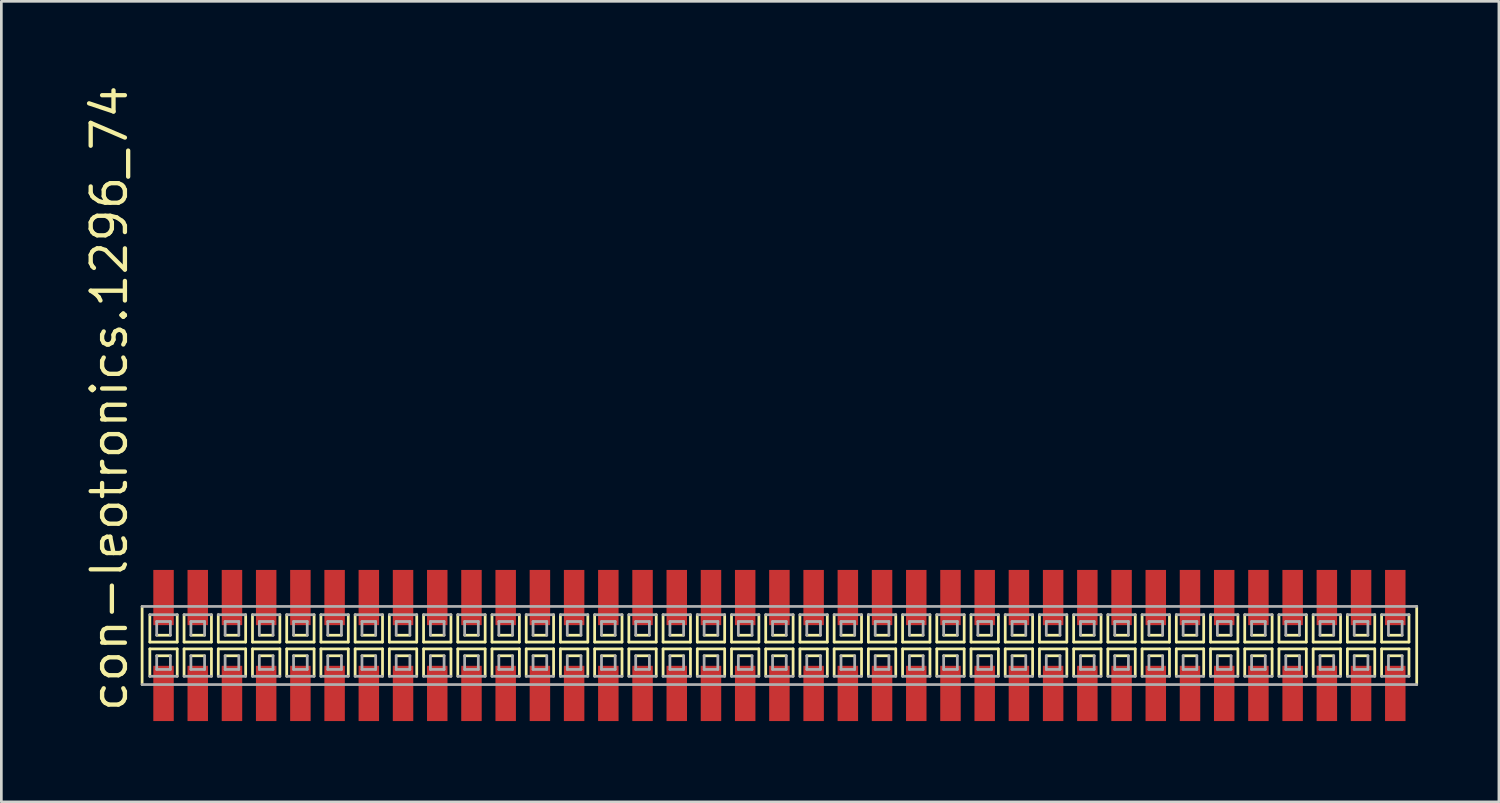
<source format=kicad_pcb>
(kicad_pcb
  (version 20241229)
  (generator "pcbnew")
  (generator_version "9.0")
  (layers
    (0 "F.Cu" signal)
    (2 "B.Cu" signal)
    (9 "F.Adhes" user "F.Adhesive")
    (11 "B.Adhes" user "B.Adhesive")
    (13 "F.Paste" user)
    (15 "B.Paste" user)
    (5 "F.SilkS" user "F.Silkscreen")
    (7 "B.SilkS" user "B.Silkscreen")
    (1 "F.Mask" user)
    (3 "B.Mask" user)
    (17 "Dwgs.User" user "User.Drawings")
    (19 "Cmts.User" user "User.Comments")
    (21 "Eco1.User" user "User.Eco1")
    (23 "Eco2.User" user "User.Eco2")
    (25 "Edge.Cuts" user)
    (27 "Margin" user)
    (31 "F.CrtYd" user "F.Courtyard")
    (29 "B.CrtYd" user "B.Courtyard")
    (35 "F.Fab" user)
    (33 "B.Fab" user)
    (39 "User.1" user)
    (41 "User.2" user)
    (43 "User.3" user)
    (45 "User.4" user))
  (footprint "con-leotronics.1296_74"
    (layer "F.Cu")
    (at 25.88 20.909)
    (property "Reference" "con-leotronics.1296_74" (at -24.13 2.54 90) (layer "F.SilkS") (effects (font (size 1.27 1.27) (thickness 0.16)) (justify left bottom)))
    (attr smd)
    (fp_line (start -23.655 -1.45) (end -23.655 1.45) (stroke (width 0.102) (type default)) (layer "F.SilkS"))
    (fp_line (start -23.368 -1.143) (end -23.368 -0.127) (stroke (width 0.102) (type default)) (layer "F.SilkS"))
    (fp_line (start -23.368 -0.127) (end -22.352 -0.127) (stroke (width 0.102) (type default)) (layer "F.SilkS"))
    (fp_line (start -23.368 0.127) (end -23.368 1.143) (stroke (width 0.102) (type default)) (layer "F.SilkS"))
    (fp_line (start -23.114 -0.381) (end -22.606 -0.381) (stroke (width 0.102) (type default)) (layer "F.SilkS"))
    (fp_line (start -22.606 0.381) (end -23.114 0.381) (stroke (width 0.102) (type default)) (layer "F.SilkS"))
    (fp_line (start -22.352 -0.127) (end -22.352 -1.143) (stroke (width 0.102) (type default)) (layer "F.SilkS"))
    (fp_line (start -22.352 0.127) (end -23.368 0.127) (stroke (width 0.102) (type default)) (layer "F.SilkS"))
    (fp_line (start -22.352 1.143) (end -22.352 0.127) (stroke (width 0.102) (type default)) (layer "F.SilkS"))
    (fp_line (start -22.098 -1.143) (end -22.098 -0.127) (stroke (width 0.102) (type default)) (layer "F.SilkS"))
    (fp_line (start -22.098 -0.127) (end -21.082 -0.127) (stroke (width 0.102) (type default)) (layer "F.SilkS"))
    (fp_line (start -22.098 0.127) (end -22.098 1.143) (stroke (width 0.102) (type default)) (layer "F.SilkS"))
    (fp_line (start -21.844 -0.381) (end -21.336 -0.381) (stroke (width 0.102) (type default)) (layer "F.SilkS"))
    (fp_line (start -21.336 0.381) (end -21.844 0.381) (stroke (width 0.102) (type default)) (layer "F.SilkS"))
    (fp_line (start -21.082 -0.127) (end -21.082 -1.143) (stroke (width 0.102) (type default)) (layer "F.SilkS"))
    (fp_line (start -21.082 0.127) (end -22.098 0.127) (stroke (width 0.102) (type default)) (layer "F.SilkS"))
    (fp_line (start -21.082 1.143) (end -21.082 0.127) (stroke (width 0.102) (type default)) (layer "F.SilkS"))
    (fp_line (start -20.828 -1.143) (end -20.828 -0.127) (stroke (width 0.102) (type default)) (layer "F.SilkS"))
    (fp_line (start -20.828 -0.127) (end -19.812 -0.127) (stroke (width 0.102) (type default)) (layer "F.SilkS"))
    (fp_line (start -20.828 0.127) (end -20.828 1.143) (stroke (width 0.102) (type default)) (layer "F.SilkS"))
    (fp_line (start -20.574 -0.381) (end -20.066 -0.381) (stroke (width 0.102) (type default)) (layer "F.SilkS"))
    (fp_line (start -20.066 0.381) (end -20.574 0.381) (stroke (width 0.102) (type default)) (layer "F.SilkS"))
    (fp_line (start -19.812 -0.127) (end -19.812 -1.143) (stroke (width 0.102) (type default)) (layer "F.SilkS"))
    (fp_line (start -19.812 0.127) (end -20.828 0.127) (stroke (width 0.102) (type default)) (layer "F.SilkS"))
    (fp_line (start -19.812 1.143) (end -19.812 0.127) (stroke (width 0.102) (type default)) (layer "F.SilkS"))
    (fp_line (start -19.558 -1.143) (end -19.558 -0.127) (stroke (width 0.102) (type default)) (layer "F.SilkS"))
    (fp_line (start -19.558 -0.127) (end -18.542 -0.127) (stroke (width 0.102) (type default)) (layer "F.SilkS"))
    (fp_line (start -19.558 0.127) (end -19.558 1.143) (stroke (width 0.102) (type default)) (layer "F.SilkS"))
    (fp_line (start -19.304 -0.381) (end -18.796 -0.381) (stroke (width 0.102) (type default)) (layer "F.SilkS"))
    (fp_line (start -18.796 0.381) (end -19.304 0.381) (stroke (width 0.102) (type default)) (layer "F.SilkS"))
    (fp_line (start -18.542 -0.127) (end -18.542 -1.143) (stroke (width 0.102) (type default)) (layer "F.SilkS"))
    (fp_line (start -18.542 0.127) (end -19.558 0.127) (stroke (width 0.102) (type default)) (layer "F.SilkS"))
    (fp_line (start -18.542 1.143) (end -18.542 0.127) (stroke (width 0.102) (type default)) (layer "F.SilkS"))
    (fp_line (start -18.288 -1.143) (end -18.288 -0.127) (stroke (width 0.102) (type default)) (layer "F.SilkS"))
    (fp_line (start -18.288 -0.127) (end -17.272 -0.127) (stroke (width 0.102) (type default)) (layer "F.SilkS"))
    (fp_line (start -18.288 0.127) (end -18.288 1.143) (stroke (width 0.102) (type default)) (layer "F.SilkS"))
    (fp_line (start -18.034 -0.381) (end -17.526 -0.381) (stroke (width 0.102) (type default)) (layer "F.SilkS"))
    (fp_line (start -17.526 0.381) (end -18.034 0.381) (stroke (width 0.102) (type default)) (layer "F.SilkS"))
    (fp_line (start -17.272 -0.127) (end -17.272 -1.143) (stroke (width 0.102) (type default)) (layer "F.SilkS"))
    (fp_line (start -17.272 0.127) (end -18.288 0.127) (stroke (width 0.102) (type default)) (layer "F.SilkS"))
    (fp_line (start -17.272 1.143) (end -17.272 0.127) (stroke (width 0.102) (type default)) (layer "F.SilkS"))
    (fp_line (start -17.018 -1.143) (end -17.018 -0.127) (stroke (width 0.102) (type default)) (layer "F.SilkS"))
    (fp_line (start -17.018 -0.127) (end -16.002 -0.127) (stroke (width 0.102) (type default)) (layer "F.SilkS"))
    (fp_line (start -17.018 0.127) (end -17.018 1.143) (stroke (width 0.102) (type default)) (layer "F.SilkS"))
    (fp_line (start -16.764 -0.381) (end -16.256 -0.381) (stroke (width 0.102) (type default)) (layer "F.SilkS"))
    (fp_line (start -16.256 0.381) (end -16.764 0.381) (stroke (width 0.102) (type default)) (layer "F.SilkS"))
    (fp_line (start -16.002 -0.127) (end -16.002 -1.143) (stroke (width 0.102) (type default)) (layer "F.SilkS"))
    (fp_line (start -16.002 0.127) (end -17.018 0.127) (stroke (width 0.102) (type default)) (layer "F.SilkS"))
    (fp_line (start -16.002 1.143) (end -16.002 0.127) (stroke (width 0.102) (type default)) (layer "F.SilkS"))
    (fp_line (start -15.748 -1.143) (end -15.748 -0.127) (stroke (width 0.102) (type default)) (layer "F.SilkS"))
    (fp_line (start -15.748 -0.127) (end -14.732 -0.127) (stroke (width 0.102) (type default)) (layer "F.SilkS"))
    (fp_line (start -15.748 0.127) (end -15.748 1.143) (stroke (width 0.102) (type default)) (layer "F.SilkS"))
    (fp_line (start -15.494 -0.381) (end -14.986 -0.381) (stroke (width 0.102) (type default)) (layer "F.SilkS"))
    (fp_line (start -14.986 0.381) (end -15.494 0.381) (stroke (width 0.102) (type default)) (layer "F.SilkS"))
    (fp_line (start -14.732 -0.127) (end -14.732 -1.143) (stroke (width 0.102) (type default)) (layer "F.SilkS"))
    (fp_line (start -14.732 0.127) (end -15.748 0.127) (stroke (width 0.102) (type default)) (layer "F.SilkS"))
    (fp_line (start -14.732 1.143) (end -14.732 0.127) (stroke (width 0.102) (type default)) (layer "F.SilkS"))
    (fp_line (start -14.478 -1.143) (end -14.478 -0.127) (stroke (width 0.102) (type default)) (layer "F.SilkS"))
    (fp_line (start -14.478 -0.127) (end -13.462 -0.127) (stroke (width 0.102) (type default)) (layer "F.SilkS"))
    (fp_line (start -14.478 0.127) (end -14.478 1.143) (stroke (width 0.102) (type default)) (layer "F.SilkS"))
    (fp_line (start -14.224 -0.381) (end -13.716 -0.381) (stroke (width 0.102) (type default)) (layer "F.SilkS"))
    (fp_line (start -13.716 0.381) (end -14.224 0.381) (stroke (width 0.102) (type default)) (layer "F.SilkS"))
    (fp_line (start -13.462 -0.127) (end -13.462 -1.143) (stroke (width 0.102) (type default)) (layer "F.SilkS"))
    (fp_line (start -13.462 0.127) (end -14.478 0.127) (stroke (width 0.102) (type default)) (layer "F.SilkS"))
    (fp_line (start -13.462 1.143) (end -13.462 0.127) (stroke (width 0.102) (type default)) (layer "F.SilkS"))
    (fp_line (start -13.208 -1.143) (end -13.208 -0.127) (stroke (width 0.102) (type default)) (layer "F.SilkS"))
    (fp_line (start -13.208 -0.127) (end -12.192 -0.127) (stroke (width 0.102) (type default)) (layer "F.SilkS"))
    (fp_line (start -13.208 0.127) (end -13.208 1.143) (stroke (width 0.102) (type default)) (layer "F.SilkS"))
    (fp_line (start -12.954 -0.381) (end -12.446 -0.381) (stroke (width 0.102) (type default)) (layer "F.SilkS"))
    (fp_line (start -12.446 0.381) (end -12.954 0.381) (stroke (width 0.102) (type default)) (layer "F.SilkS"))
    (fp_line (start -12.192 -0.127) (end -12.192 -1.143) (stroke (width 0.102) (type default)) (layer "F.SilkS"))
    (fp_line (start -12.192 0.127) (end -13.208 0.127) (stroke (width 0.102) (type default)) (layer "F.SilkS"))
    (fp_line (start -12.192 1.143) (end -12.192 0.127) (stroke (width 0.102) (type default)) (layer "F.SilkS"))
    (fp_line (start -11.938 -1.143) (end -11.938 -0.127) (stroke (width 0.102) (type default)) (layer "F.SilkS"))
    (fp_line (start -11.938 -0.127) (end -10.922 -0.127) (stroke (width 0.102) (type default)) (layer "F.SilkS"))
    (fp_line (start -11.938 0.127) (end -11.938 1.143) (stroke (width 0.102) (type default)) (layer "F.SilkS"))
    (fp_line (start -11.684 -0.381) (end -11.176 -0.381) (stroke (width 0.102) (type default)) (layer "F.SilkS"))
    (fp_line (start -11.176 0.381) (end -11.684 0.381) (stroke (width 0.102) (type default)) (layer "F.SilkS"))
    (fp_line (start -10.922 -0.127) (end -10.922 -1.143) (stroke (width 0.102) (type default)) (layer "F.SilkS"))
    (fp_line (start -10.922 0.127) (end -11.938 0.127) (stroke (width 0.102) (type default)) (layer "F.SilkS"))
    (fp_line (start -10.922 1.143) (end -10.922 0.127) (stroke (width 0.102) (type default)) (layer "F.SilkS"))
    (fp_line (start -10.668 -1.143) (end -10.668 -0.127) (stroke (width 0.102) (type default)) (layer "F.SilkS"))
    (fp_line (start -10.668 -0.127) (end -9.652 -0.127) (stroke (width 0.102) (type default)) (layer "F.SilkS"))
    (fp_line (start -10.668 0.127) (end -10.668 1.143) (stroke (width 0.102) (type default)) (layer "F.SilkS"))
    (fp_line (start -10.414 -0.381) (end -9.906 -0.381) (stroke (width 0.102) (type default)) (layer "F.SilkS"))
    (fp_line (start -9.906 0.381) (end -10.414 0.381) (stroke (width 0.102) (type default)) (layer "F.SilkS"))
    (fp_line (start -9.652 -0.127) (end -9.652 -1.143) (stroke (width 0.102) (type default)) (layer "F.SilkS"))
    (fp_line (start -9.652 0.127) (end -10.668 0.127) (stroke (width 0.102) (type default)) (layer "F.SilkS"))
    (fp_line (start -9.652 1.143) (end -9.652 0.127) (stroke (width 0.102) (type default)) (layer "F.SilkS"))
    (fp_line (start -9.398 -1.143) (end -9.398 -0.127) (stroke (width 0.102) (type default)) (layer "F.SilkS"))
    (fp_line (start -9.398 -0.127) (end -8.382 -0.127) (stroke (width 0.102) (type default)) (layer "F.SilkS"))
    (fp_line (start -9.398 0.127) (end -9.398 1.143) (stroke (width 0.102) (type default)) (layer "F.SilkS"))
    (fp_line (start -9.144 -0.381) (end -8.636 -0.381) (stroke (width 0.102) (type default)) (layer "F.SilkS"))
    (fp_line (start -8.636 0.381) (end -9.144 0.381) (stroke (width 0.102) (type default)) (layer "F.SilkS"))
    (fp_line (start -8.382 -0.127) (end -8.382 -1.143) (stroke (width 0.102) (type default)) (layer "F.SilkS"))
    (fp_line (start -8.382 0.127) (end -9.398 0.127) (stroke (width 0.102) (type default)) (layer "F.SilkS"))
    (fp_line (start -8.382 1.143) (end -8.382 0.127) (stroke (width 0.102) (type default)) (layer "F.SilkS"))
    (fp_line (start -8.128 -1.143) (end -8.128 -0.127) (stroke (width 0.102) (type default)) (layer "F.SilkS"))
    (fp_line (start -8.128 -0.127) (end -7.112 -0.127) (stroke (width 0.102) (type default)) (layer "F.SilkS"))
    (fp_line (start -8.128 0.127) (end -8.128 1.143) (stroke (width 0.102) (type default)) (layer "F.SilkS"))
    (fp_line (start -7.874 -0.381) (end -7.366 -0.381) (stroke (width 0.102) (type default)) (layer "F.SilkS"))
    (fp_line (start -7.366 0.381) (end -7.874 0.381) (stroke (width 0.102) (type default)) (layer "F.SilkS"))
    (fp_line (start -7.112 -0.127) (end -7.112 -1.143) (stroke (width 0.102) (type default)) (layer "F.SilkS"))
    (fp_line (start -7.112 0.127) (end -8.128 0.127) (stroke (width 0.102) (type default)) (layer "F.SilkS"))
    (fp_line (start -7.112 1.143) (end -7.112 0.127) (stroke (width 0.102) (type default)) (layer "F.SilkS"))
    (fp_line (start -6.858 -1.143) (end -6.858 -0.127) (stroke (width 0.102) (type default)) (layer "F.SilkS"))
    (fp_line (start -6.858 -0.127) (end -5.842 -0.127) (stroke (width 0.102) (type default)) (layer "F.SilkS"))
    (fp_line (start -6.858 0.127) (end -6.858 1.143) (stroke (width 0.102) (type default)) (layer "F.SilkS"))
    (fp_line (start -6.604 -0.381) (end -6.096 -0.381) (stroke (width 0.102) (type default)) (layer "F.SilkS"))
    (fp_line (start -6.096 0.381) (end -6.604 0.381) (stroke (width 0.102) (type default)) (layer "F.SilkS"))
    (fp_line (start -5.842 -0.127) (end -5.842 -1.143) (stroke (width 0.102) (type default)) (layer "F.SilkS"))
    (fp_line (start -5.842 0.127) (end -6.858 0.127) (stroke (width 0.102) (type default)) (layer "F.SilkS"))
    (fp_line (start -5.842 1.143) (end -5.842 0.127) (stroke (width 0.102) (type default)) (layer "F.SilkS"))
    (fp_line (start -5.588 -1.143) (end -5.588 -0.127) (stroke (width 0.102) (type default)) (layer "F.SilkS"))
    (fp_line (start -5.588 -0.127) (end -4.572 -0.127) (stroke (width 0.102) (type default)) (layer "F.SilkS"))
    (fp_line (start -5.588 0.127) (end -5.588 1.143) (stroke (width 0.102) (type default)) (layer "F.SilkS"))
    (fp_line (start -5.334 -0.381) (end -4.826 -0.381) (stroke (width 0.102) (type default)) (layer "F.SilkS"))
    (fp_line (start -4.826 0.381) (end -5.334 0.381) (stroke (width 0.102) (type default)) (layer "F.SilkS"))
    (fp_line (start -4.572 -0.127) (end -4.572 -1.143) (stroke (width 0.102) (type default)) (layer "F.SilkS"))
    (fp_line (start -4.572 0.127) (end -5.588 0.127) (stroke (width 0.102) (type default)) (layer "F.SilkS"))
    (fp_line (start -4.572 1.143) (end -4.572 0.127) (stroke (width 0.102) (type default)) (layer "F.SilkS"))
    (fp_line (start -4.318 -1.143) (end -4.318 -0.127) (stroke (width 0.102) (type default)) (layer "F.SilkS"))
    (fp_line (start -4.318 -0.127) (end -3.302 -0.127) (stroke (width 0.102) (type default)) (layer "F.SilkS"))
    (fp_line (start -4.318 0.127) (end -4.318 1.143) (stroke (width 0.102) (type default)) (layer "F.SilkS"))
    (fp_line (start -4.064 -0.381) (end -3.556 -0.381) (stroke (width 0.102) (type default)) (layer "F.SilkS"))
    (fp_line (start -3.556 0.381) (end -4.064 0.381) (stroke (width 0.102) (type default)) (layer "F.SilkS"))
    (fp_line (start -3.302 -0.127) (end -3.302 -1.143) (stroke (width 0.102) (type default)) (layer "F.SilkS"))
    (fp_line (start -3.302 0.127) (end -4.318 0.127) (stroke (width 0.102) (type default)) (layer "F.SilkS"))
    (fp_line (start -3.302 1.143) (end -3.302 0.127) (stroke (width 0.102) (type default)) (layer "F.SilkS"))
    (fp_line (start -3.048 -1.143) (end -3.048 -0.127) (stroke (width 0.102) (type default)) (layer "F.SilkS"))
    (fp_line (start -3.048 -0.127) (end -2.032 -0.127) (stroke (width 0.102) (type default)) (layer "F.SilkS"))
    (fp_line (start -3.048 0.127) (end -3.048 1.143) (stroke (width 0.102) (type default)) (layer "F.SilkS"))
    (fp_line (start -2.794 -0.381) (end -2.286 -0.381) (stroke (width 0.102) (type default)) (layer "F.SilkS"))
    (fp_line (start -2.286 0.381) (end -2.794 0.381) (stroke (width 0.102) (type default)) (layer "F.SilkS"))
    (fp_line (start -2.032 -0.127) (end -2.032 -1.143) (stroke (width 0.102) (type default)) (layer "F.SilkS"))
    (fp_line (start -2.032 0.127) (end -3.048 0.127) (stroke (width 0.102) (type default)) (layer "F.SilkS"))
    (fp_line (start -2.032 1.143) (end -2.032 0.127) (stroke (width 0.102) (type default)) (layer "F.SilkS"))
    (fp_line (start -1.778 -1.143) (end -1.778 -0.127) (stroke (width 0.102) (type default)) (layer "F.SilkS"))
    (fp_line (start -1.778 -0.127) (end -0.762 -0.127) (stroke (width 0.102) (type default)) (layer "F.SilkS"))
    (fp_line (start -1.778 0.127) (end -1.778 1.143) (stroke (width 0.102) (type default)) (layer "F.SilkS"))
    (fp_line (start -1.524 -0.381) (end -1.016 -0.381) (stroke (width 0.102) (type default)) (layer "F.SilkS"))
    (fp_line (start -1.016 0.381) (end -1.524 0.381) (stroke (width 0.102) (type default)) (layer "F.SilkS"))
    (fp_line (start -0.762 -0.127) (end -0.762 -1.143) (stroke (width 0.102) (type default)) (layer "F.SilkS"))
    (fp_line (start -0.762 0.127) (end -1.778 0.127) (stroke (width 0.102) (type default)) (layer "F.SilkS"))
    (fp_line (start -0.762 1.143) (end -0.762 0.127) (stroke (width 0.102) (type default)) (layer "F.SilkS"))
    (fp_line (start -0.508 -1.143) (end -0.508 -0.127) (stroke (width 0.102) (type default)) (layer "F.SilkS"))
    (fp_line (start -0.508 -0.127) (end 0.508 -0.127) (stroke (width 0.102) (type default)) (layer "F.SilkS"))
    (fp_line (start -0.508 0.127) (end -0.508 1.143) (stroke (width 0.102) (type default)) (layer "F.SilkS"))
    (fp_line (start -0.254 -0.381) (end 0.254 -0.381) (stroke (width 0.102) (type default)) (layer "F.SilkS"))
    (fp_line (start 0.254 0.381) (end -0.254 0.381) (stroke (width 0.102) (type default)) (layer "F.SilkS"))
    (fp_line (start 0.508 -0.127) (end 0.508 -1.143) (stroke (width 0.102) (type default)) (layer "F.SilkS"))
    (fp_line (start 0.508 0.127) (end -0.508 0.127) (stroke (width 0.102) (type default)) (layer "F.SilkS"))
    (fp_line (start 0.508 1.143) (end 0.508 0.127) (stroke (width 0.102) (type default)) (layer "F.SilkS"))
    (fp_line (start 0.762 -1.143) (end 0.762 -0.127) (stroke (width 0.102) (type default)) (layer "F.SilkS"))
    (fp_line (start 0.762 -0.127) (end 1.778 -0.127) (stroke (width 0.102) (type default)) (layer "F.SilkS"))
    (fp_line (start 0.762 0.127) (end 0.762 1.143) (stroke (width 0.102) (type default)) (layer "F.SilkS"))
    (fp_line (start 1.016 -0.381) (end 1.524 -0.381) (stroke (width 0.102) (type default)) (layer "F.SilkS"))
    (fp_line (start 1.524 0.381) (end 1.016 0.381) (stroke (width 0.102) (type default)) (layer "F.SilkS"))
    (fp_line (start 1.778 -0.127) (end 1.778 -1.143) (stroke (width 0.102) (type default)) (layer "F.SilkS"))
    (fp_line (start 1.778 0.127) (end 0.762 0.127) (stroke (width 0.102) (type default)) (layer "F.SilkS"))
    (fp_line (start 1.778 1.143) (end 1.778 0.127) (stroke (width 0.102) (type default)) (layer "F.SilkS"))
    (fp_line (start 2.032 -1.143) (end 2.032 -0.127) (stroke (width 0.102) (type default)) (layer "F.SilkS"))
    (fp_line (start 2.032 -0.127) (end 3.048 -0.127) (stroke (width 0.102) (type default)) (layer "F.SilkS"))
    (fp_line (start 2.032 0.127) (end 2.032 1.143) (stroke (width 0.102) (type default)) (layer "F.SilkS"))
    (fp_line (start 2.286 -0.381) (end 2.794 -0.381) (stroke (width 0.102) (type default)) (layer "F.SilkS"))
    (fp_line (start 2.794 0.381) (end 2.286 0.381) (stroke (width 0.102) (type default)) (layer "F.SilkS"))
    (fp_line (start 3.048 -0.127) (end 3.048 -1.143) (stroke (width 0.102) (type default)) (layer "F.SilkS"))
    (fp_line (start 3.048 0.127) (end 2.032 0.127) (stroke (width 0.102) (type default)) (layer "F.SilkS"))
    (fp_line (start 3.048 1.143) (end 3.048 0.127) (stroke (width 0.102) (type default)) (layer "F.SilkS"))
    (fp_line (start 3.302 -1.143) (end 3.302 -0.127) (stroke (width 0.102) (type default)) (layer "F.SilkS"))
    (fp_line (start 3.302 -0.127) (end 4.318 -0.127) (stroke (width 0.102) (type default)) (layer "F.SilkS"))
    (fp_line (start 3.302 0.127) (end 3.302 1.143) (stroke (width 0.102) (type default)) (layer "F.SilkS"))
    (fp_line (start 3.556 -0.381) (end 4.064 -0.381) (stroke (width 0.102) (type default)) (layer "F.SilkS"))
    (fp_line (start 4.064 0.381) (end 3.556 0.381) (stroke (width 0.102) (type default)) (layer "F.SilkS"))
    (fp_line (start 4.318 -0.127) (end 4.318 -1.143) (stroke (width 0.102) (type default)) (layer "F.SilkS"))
    (fp_line (start 4.318 0.127) (end 3.302 0.127) (stroke (width 0.102) (type default)) (layer "F.SilkS"))
    (fp_line (start 4.318 1.143) (end 4.318 0.127) (stroke (width 0.102) (type default)) (layer "F.SilkS"))
    (fp_line (start 4.572 -1.143) (end 4.572 -0.127) (stroke (width 0.102) (type default)) (layer "F.SilkS"))
    (fp_line (start 4.572 -0.127) (end 5.588 -0.127) (stroke (width 0.102) (type default)) (layer "F.SilkS"))
    (fp_line (start 4.572 0.127) (end 4.572 1.143) (stroke (width 0.102) (type default)) (layer "F.SilkS"))
    (fp_line (start 4.826 -0.381) (end 5.334 -0.381) (stroke (width 0.102) (type default)) (layer "F.SilkS"))
    (fp_line (start 5.334 0.381) (end 4.826 0.381) (stroke (width 0.102) (type default)) (layer "F.SilkS"))
    (fp_line (start 5.588 -0.127) (end 5.588 -1.143) (stroke (width 0.102) (type default)) (layer "F.SilkS"))
    (fp_line (start 5.588 0.127) (end 4.572 0.127) (stroke (width 0.102) (type default)) (layer "F.SilkS"))
    (fp_line (start 5.588 1.143) (end 5.588 0.127) (stroke (width 0.102) (type default)) (layer "F.SilkS"))
    (fp_line (start 5.842 -1.143) (end 5.842 -0.127) (stroke (width 0.102) (type default)) (layer "F.SilkS"))
    (fp_line (start 5.842 -0.127) (end 6.858 -0.127) (stroke (width 0.102) (type default)) (layer "F.SilkS"))
    (fp_line (start 5.842 0.127) (end 5.842 1.143) (stroke (width 0.102) (type default)) (layer "F.SilkS"))
    (fp_line (start 6.096 -0.381) (end 6.604 -0.381) (stroke (width 0.102) (type default)) (layer "F.SilkS"))
    (fp_line (start 6.604 0.381) (end 6.096 0.381) (stroke (width 0.102) (type default)) (layer "F.SilkS"))
    (fp_line (start 6.858 -0.127) (end 6.858 -1.143) (stroke (width 0.102) (type default)) (layer "F.SilkS"))
    (fp_line (start 6.858 0.127) (end 5.842 0.127) (stroke (width 0.102) (type default)) (layer "F.SilkS"))
    (fp_line (start 6.858 1.143) (end 6.858 0.127) (stroke (width 0.102) (type default)) (layer "F.SilkS"))
    (fp_line (start 7.112 -1.143) (end 7.112 -0.127) (stroke (width 0.102) (type default)) (layer "F.SilkS"))
    (fp_line (start 7.112 -0.127) (end 8.128 -0.127) (stroke (width 0.102) (type default)) (layer "F.SilkS"))
    (fp_line (start 7.112 0.127) (end 7.112 1.143) (stroke (width 0.102) (type default)) (layer "F.SilkS"))
    (fp_line (start 7.366 -0.381) (end 7.874 -0.381) (stroke (width 0.102) (type default)) (layer "F.SilkS"))
    (fp_line (start 7.874 0.381) (end 7.366 0.381) (stroke (width 0.102) (type default)) (layer "F.SilkS"))
    (fp_line (start 8.128 -0.127) (end 8.128 -1.143) (stroke (width 0.102) (type default)) (layer "F.SilkS"))
    (fp_line (start 8.128 0.127) (end 7.112 0.127) (stroke (width 0.102) (type default)) (layer "F.SilkS"))
    (fp_line (start 8.128 1.143) (end 8.128 0.127) (stroke (width 0.102) (type default)) (layer "F.SilkS"))
    (fp_line (start 8.382 -1.143) (end 8.382 -0.127) (stroke (width 0.102) (type default)) (layer "F.SilkS"))
    (fp_line (start 8.382 -0.127) (end 9.398 -0.127) (stroke (width 0.102) (type default)) (layer "F.SilkS"))
    (fp_line (start 8.382 0.127) (end 8.382 1.143) (stroke (width 0.102) (type default)) (layer "F.SilkS"))
    (fp_line (start 8.636 -0.381) (end 9.144 -0.381) (stroke (width 0.102) (type default)) (layer "F.SilkS"))
    (fp_line (start 9.144 0.381) (end 8.636 0.381) (stroke (width 0.102) (type default)) (layer "F.SilkS"))
    (fp_line (start 9.398 -0.127) (end 9.398 -1.143) (stroke (width 0.102) (type default)) (layer "F.SilkS"))
    (fp_line (start 9.398 0.127) (end 8.382 0.127) (stroke (width 0.102) (type default)) (layer "F.SilkS"))
    (fp_line (start 9.398 1.143) (end 9.398 0.127) (stroke (width 0.102) (type default)) (layer "F.SilkS"))
    (fp_line (start 9.652 -1.143) (end 9.652 -0.127) (stroke (width 0.102) (type default)) (layer "F.SilkS"))
    (fp_line (start 9.652 -0.127) (end 10.668 -0.127) (stroke (width 0.102) (type default)) (layer "F.SilkS"))
    (fp_line (start 9.652 0.127) (end 9.652 1.143) (stroke (width 0.102) (type default)) (layer "F.SilkS"))
    (fp_line (start 9.906 -0.381) (end 10.414 -0.381) (stroke (width 0.102) (type default)) (layer "F.SilkS"))
    (fp_line (start 10.414 0.381) (end 9.906 0.381) (stroke (width 0.102) (type default)) (layer "F.SilkS"))
    (fp_line (start 10.668 -0.127) (end 10.668 -1.143) (stroke (width 0.102) (type default)) (layer "F.SilkS"))
    (fp_line (start 10.668 0.127) (end 9.652 0.127) (stroke (width 0.102) (type default)) (layer "F.SilkS"))
    (fp_line (start 10.668 1.143) (end 10.668 0.127) (stroke (width 0.102) (type default)) (layer "F.SilkS"))
    (fp_line (start 10.922 -1.143) (end 10.922 -0.127) (stroke (width 0.102) (type default)) (layer "F.SilkS"))
    (fp_line (start 10.922 -0.127) (end 11.938 -0.127) (stroke (width 0.102) (type default)) (layer "F.SilkS"))
    (fp_line (start 10.922 0.127) (end 10.922 1.143) (stroke (width 0.102) (type default)) (layer "F.SilkS"))
    (fp_line (start 11.176 -0.381) (end 11.684 -0.381) (stroke (width 0.102) (type default)) (layer "F.SilkS"))
    (fp_line (start 11.684 0.381) (end 11.176 0.381) (stroke (width 0.102) (type default)) (layer "F.SilkS"))
    (fp_line (start 11.938 -0.127) (end 11.938 -1.143) (stroke (width 0.102) (type default)) (layer "F.SilkS"))
    (fp_line (start 11.938 0.127) (end 10.922 0.127) (stroke (width 0.102) (type default)) (layer "F.SilkS"))
    (fp_line (start 11.938 1.143) (end 11.938 0.127) (stroke (width 0.102) (type default)) (layer "F.SilkS"))
    (fp_line (start 12.192 -1.143) (end 12.192 -0.127) (stroke (width 0.102) (type default)) (layer "F.SilkS"))
    (fp_line (start 12.192 -0.127) (end 13.208 -0.127) (stroke (width 0.102) (type default)) (layer "F.SilkS"))
    (fp_line (start 12.192 0.127) (end 12.192 1.143) (stroke (width 0.102) (type default)) (layer "F.SilkS"))
    (fp_line (start 12.446 -0.381) (end 12.954 -0.381) (stroke (width 0.102) (type default)) (layer "F.SilkS"))
    (fp_line (start 12.954 0.381) (end 12.446 0.381) (stroke (width 0.102) (type default)) (layer "F.SilkS"))
    (fp_line (start 13.208 -0.127) (end 13.208 -1.143) (stroke (width 0.102) (type default)) (layer "F.SilkS"))
    (fp_line (start 13.208 0.127) (end 12.192 0.127) (stroke (width 0.102) (type default)) (layer "F.SilkS"))
    (fp_line (start 13.208 1.143) (end 13.208 0.127) (stroke (width 0.102) (type default)) (layer "F.SilkS"))
    (fp_line (start 13.462 -1.143) (end 13.462 -0.127) (stroke (width 0.102) (type default)) (layer "F.SilkS"))
    (fp_line (start 13.462 -0.127) (end 14.478 -0.127) (stroke (width 0.102) (type default)) (layer "F.SilkS"))
    (fp_line (start 13.462 0.127) (end 13.462 1.143) (stroke (width 0.102) (type default)) (layer "F.SilkS"))
    (fp_line (start 13.716 -0.381) (end 14.224 -0.381) (stroke (width 0.102) (type default)) (layer "F.SilkS"))
    (fp_line (start 14.224 0.381) (end 13.716 0.381) (stroke (width 0.102) (type default)) (layer "F.SilkS"))
    (fp_line (start 14.478 -0.127) (end 14.478 -1.143) (stroke (width 0.102) (type default)) (layer "F.SilkS"))
    (fp_line (start 14.478 0.127) (end 13.462 0.127) (stroke (width 0.102) (type default)) (layer "F.SilkS"))
    (fp_line (start 14.478 1.143) (end 14.478 0.127) (stroke (width 0.102) (type default)) (layer "F.SilkS"))
    (fp_line (start 14.732 -1.143) (end 14.732 -0.127) (stroke (width 0.102) (type default)) (layer "F.SilkS"))
    (fp_line (start 14.732 -0.127) (end 15.748 -0.127) (stroke (width 0.102) (type default)) (layer "F.SilkS"))
    (fp_line (start 14.732 0.127) (end 14.732 1.143) (stroke (width 0.102) (type default)) (layer "F.SilkS"))
    (fp_line (start 14.986 -0.381) (end 15.494 -0.381) (stroke (width 0.102) (type default)) (layer "F.SilkS"))
    (fp_line (start 15.494 0.381) (end 14.986 0.381) (stroke (width 0.102) (type default)) (layer "F.SilkS"))
    (fp_line (start 15.748 -0.127) (end 15.748 -1.143) (stroke (width 0.102) (type default)) (layer "F.SilkS"))
    (fp_line (start 15.748 0.127) (end 14.732 0.127) (stroke (width 0.102) (type default)) (layer "F.SilkS"))
    (fp_line (start 15.748 1.143) (end 15.748 0.127) (stroke (width 0.102) (type default)) (layer "F.SilkS"))
    (fp_line (start 16.002 -1.143) (end 16.002 -0.127) (stroke (width 0.102) (type default)) (layer "F.SilkS"))
    (fp_line (start 16.002 -0.127) (end 17.018 -0.127) (stroke (width 0.102) (type default)) (layer "F.SilkS"))
    (fp_line (start 16.002 0.127) (end 16.002 1.143) (stroke (width 0.102) (type default)) (layer "F.SilkS"))
    (fp_line (start 16.256 -0.381) (end 16.764 -0.381) (stroke (width 0.102) (type default)) (layer "F.SilkS"))
    (fp_line (start 16.764 0.381) (end 16.256 0.381) (stroke (width 0.102) (type default)) (layer "F.SilkS"))
    (fp_line (start 17.018 -0.127) (end 17.018 -1.143) (stroke (width 0.102) (type default)) (layer "F.SilkS"))
    (fp_line (start 17.018 0.127) (end 16.002 0.127) (stroke (width 0.102) (type default)) (layer "F.SilkS"))
    (fp_line (start 17.018 1.143) (end 17.018 0.127) (stroke (width 0.102) (type default)) (layer "F.SilkS"))
    (fp_line (start 17.272 -1.143) (end 17.272 -0.127) (stroke (width 0.102) (type default)) (layer "F.SilkS"))
    (fp_line (start 17.272 -0.127) (end 18.288 -0.127) (stroke (width 0.102) (type default)) (layer "F.SilkS"))
    (fp_line (start 17.272 0.127) (end 17.272 1.143) (stroke (width 0.102) (type default)) (layer "F.SilkS"))
    (fp_line (start 17.526 -0.381) (end 18.034 -0.381) (stroke (width 0.102) (type default)) (layer "F.SilkS"))
    (fp_line (start 18.034 0.381) (end 17.526 0.381) (stroke (width 0.102) (type default)) (layer "F.SilkS"))
    (fp_line (start 18.288 -0.127) (end 18.288 -1.143) (stroke (width 0.102) (type default)) (layer "F.SilkS"))
    (fp_line (start 18.288 0.127) (end 17.272 0.127) (stroke (width 0.102) (type default)) (layer "F.SilkS"))
    (fp_line (start 18.288 1.143) (end 18.288 0.127) (stroke (width 0.102) (type default)) (layer "F.SilkS"))
    (fp_line (start 18.542 -1.143) (end 18.542 -0.127) (stroke (width 0.102) (type default)) (layer "F.SilkS"))
    (fp_line (start 18.542 -0.127) (end 19.558 -0.127) (stroke (width 0.102) (type default)) (layer "F.SilkS"))
    (fp_line (start 18.542 0.127) (end 18.542 1.143) (stroke (width 0.102) (type default)) (layer "F.SilkS"))
    (fp_line (start 18.796 -0.381) (end 19.304 -0.381) (stroke (width 0.102) (type default)) (layer "F.SilkS"))
    (fp_line (start 19.304 0.381) (end 18.796 0.381) (stroke (width 0.102) (type default)) (layer "F.SilkS"))
    (fp_line (start 19.558 -0.127) (end 19.558 -1.143) (stroke (width 0.102) (type default)) (layer "F.SilkS"))
    (fp_line (start 19.558 0.127) (end 18.542 0.127) (stroke (width 0.102) (type default)) (layer "F.SilkS"))
    (fp_line (start 19.558 1.143) (end 19.558 0.127) (stroke (width 0.102) (type default)) (layer "F.SilkS"))
    (fp_line (start 19.812 -1.143) (end 19.812 -0.127) (stroke (width 0.102) (type default)) (layer "F.SilkS"))
    (fp_line (start 19.812 -0.127) (end 20.828 -0.127) (stroke (width 0.102) (type default)) (layer "F.SilkS"))
    (fp_line (start 19.812 0.127) (end 19.812 1.143) (stroke (width 0.102) (type default)) (layer "F.SilkS"))
    (fp_line (start 20.066 -0.381) (end 20.574 -0.381) (stroke (width 0.102) (type default)) (layer "F.SilkS"))
    (fp_line (start 20.574 0.381) (end 20.066 0.381) (stroke (width 0.102) (type default)) (layer "F.SilkS"))
    (fp_line (start 20.828 -0.127) (end 20.828 -1.143) (stroke (width 0.102) (type default)) (layer "F.SilkS"))
    (fp_line (start 20.828 0.127) (end 19.812 0.127) (stroke (width 0.102) (type default)) (layer "F.SilkS"))
    (fp_line (start 20.828 1.143) (end 20.828 0.127) (stroke (width 0.102) (type default)) (layer "F.SilkS"))
    (fp_line (start 21.082 -1.143) (end 21.082 -0.127) (stroke (width 0.102) (type default)) (layer "F.SilkS"))
    (fp_line (start 21.082 -0.127) (end 22.098 -0.127) (stroke (width 0.102) (type default)) (layer "F.SilkS"))
    (fp_line (start 21.082 0.127) (end 21.082 1.143) (stroke (width 0.102) (type default)) (layer "F.SilkS"))
    (fp_line (start 21.336 -0.381) (end 21.844 -0.381) (stroke (width 0.102) (type default)) (layer "F.SilkS"))
    (fp_line (start 21.844 0.381) (end 21.336 0.381) (stroke (width 0.102) (type default)) (layer "F.SilkS"))
    (fp_line (start 22.098 -0.127) (end 22.098 -1.143) (stroke (width 0.102) (type default)) (layer "F.SilkS"))
    (fp_line (start 22.098 0.127) (end 21.082 0.127) (stroke (width 0.102) (type default)) (layer "F.SilkS"))
    (fp_line (start 22.098 1.143) (end 22.098 0.127) (stroke (width 0.102) (type default)) (layer "F.SilkS"))
    (fp_line (start 22.352 -1.143) (end 22.352 -0.127) (stroke (width 0.102) (type default)) (layer "F.SilkS"))
    (fp_line (start 22.352 -0.127) (end 23.368 -0.127) (stroke (width 0.102) (type default)) (layer "F.SilkS"))
    (fp_line (start 22.352 0.127) (end 22.352 1.143) (stroke (width 0.102) (type default)) (layer "F.SilkS"))
    (fp_line (start 22.606 -0.381) (end 23.114 -0.381) (stroke (width 0.102) (type default)) (layer "F.SilkS"))
    (fp_line (start 23.114 0.381) (end 22.606 0.381) (stroke (width 0.102) (type default)) (layer "F.SilkS"))
    (fp_line (start 23.368 -0.127) (end 23.368 -1.143) (stroke (width 0.102) (type default)) (layer "F.SilkS"))
    (fp_line (start 23.368 0.127) (end 22.352 0.127) (stroke (width 0.102) (type default)) (layer "F.SilkS"))
    (fp_line (start 23.368 1.143) (end 23.368 0.127) (stroke (width 0.102) (type default)) (layer "F.SilkS"))
    (fp_line (start 23.655 1.45) (end 23.655 -1.45) (stroke (width 0.102) (type default)) (layer "F.SilkS"))
    (fp_line (start -23.655 1.45) (end 23.655 1.45) (stroke (width 0.102) (type default)) (layer "F.Fab"))
    (fp_line (start -23.368 1.143) (end -22.352 1.143) (stroke (width 0.102) (type default)) (layer "F.Fab"))
    (fp_line (start -23.114 -0.889) (end -23.114 -0.381) (stroke (width 0.102) (type default)) (layer "F.Fab"))
    (fp_line (start -23.114 0.381) (end -23.114 0.889) (stroke (width 0.102) (type default)) (layer "F.Fab"))
    (fp_line (start -23.114 0.889) (end -22.606 0.889) (stroke (width 0.102) (type default)) (layer "F.Fab"))
    (fp_line (start -22.606 -0.889) (end -23.114 -0.889) (stroke (width 0.102) (type default)) (layer "F.Fab"))
    (fp_line (start -22.606 -0.381) (end -22.606 -0.889) (stroke (width 0.102) (type default)) (layer "F.Fab"))
    (fp_line (start -22.606 0.889) (end -22.606 0.381) (stroke (width 0.102) (type default)) (layer "F.Fab"))
    (fp_line (start -22.352 -1.143) (end -23.368 -1.143) (stroke (width 0.102) (type default)) (layer "F.Fab"))
    (fp_line (start -22.098 1.143) (end -21.082 1.143) (stroke (width 0.102) (type default)) (layer "F.Fab"))
    (fp_line (start -21.844 -0.889) (end -21.844 -0.381) (stroke (width 0.102) (type default)) (layer "F.Fab"))
    (fp_line (start -21.844 0.381) (end -21.844 0.889) (stroke (width 0.102) (type default)) (layer "F.Fab"))
    (fp_line (start -21.844 0.889) (end -21.336 0.889) (stroke (width 0.102) (type default)) (layer "F.Fab"))
    (fp_line (start -21.336 -0.889) (end -21.844 -0.889) (stroke (width 0.102) (type default)) (layer "F.Fab"))
    (fp_line (start -21.336 -0.381) (end -21.336 -0.889) (stroke (width 0.102) (type default)) (layer "F.Fab"))
    (fp_line (start -21.336 0.889) (end -21.336 0.381) (stroke (width 0.102) (type default)) (layer "F.Fab"))
    (fp_line (start -21.082 -1.143) (end -22.098 -1.143) (stroke (width 0.102) (type default)) (layer "F.Fab"))
    (fp_line (start -20.828 1.143) (end -19.812 1.143) (stroke (width 0.102) (type default)) (layer "F.Fab"))
    (fp_line (start -20.574 -0.889) (end -20.574 -0.381) (stroke (width 0.102) (type default)) (layer "F.Fab"))
    (fp_line (start -20.574 0.381) (end -20.574 0.889) (stroke (width 0.102) (type default)) (layer "F.Fab"))
    (fp_line (start -20.574 0.889) (end -20.066 0.889) (stroke (width 0.102) (type default)) (layer "F.Fab"))
    (fp_line (start -20.066 -0.889) (end -20.574 -0.889) (stroke (width 0.102) (type default)) (layer "F.Fab"))
    (fp_line (start -20.066 -0.381) (end -20.066 -0.889) (stroke (width 0.102) (type default)) (layer "F.Fab"))
    (fp_line (start -20.066 0.889) (end -20.066 0.381) (stroke (width 0.102) (type default)) (layer "F.Fab"))
    (fp_line (start -19.812 -1.143) (end -20.828 -1.143) (stroke (width 0.102) (type default)) (layer "F.Fab"))
    (fp_line (start -19.558 1.143) (end -18.542 1.143) (stroke (width 0.102) (type default)) (layer "F.Fab"))
    (fp_line (start -19.304 -0.889) (end -19.304 -0.381) (stroke (width 0.102) (type default)) (layer "F.Fab"))
    (fp_line (start -19.304 0.381) (end -19.304 0.889) (stroke (width 0.102) (type default)) (layer "F.Fab"))
    (fp_line (start -19.304 0.889) (end -18.796 0.889) (stroke (width 0.102) (type default)) (layer "F.Fab"))
    (fp_line (start -18.796 -0.889) (end -19.304 -0.889) (stroke (width 0.102) (type default)) (layer "F.Fab"))
    (fp_line (start -18.796 -0.381) (end -18.796 -0.889) (stroke (width 0.102) (type default)) (layer "F.Fab"))
    (fp_line (start -18.796 0.889) (end -18.796 0.381) (stroke (width 0.102) (type default)) (layer "F.Fab"))
    (fp_line (start -18.542 -1.143) (end -19.558 -1.143) (stroke (width 0.102) (type default)) (layer "F.Fab"))
    (fp_line (start -18.288 1.143) (end -17.272 1.143) (stroke (width 0.102) (type default)) (layer "F.Fab"))
    (fp_line (start -18.034 -0.889) (end -18.034 -0.381) (stroke (width 0.102) (type default)) (layer "F.Fab"))
    (fp_line (start -18.034 0.381) (end -18.034 0.889) (stroke (width 0.102) (type default)) (layer "F.Fab"))
    (fp_line (start -18.034 0.889) (end -17.526 0.889) (stroke (width 0.102) (type default)) (layer "F.Fab"))
    (fp_line (start -17.526 -0.889) (end -18.034 -0.889) (stroke (width 0.102) (type default)) (layer "F.Fab"))
    (fp_line (start -17.526 -0.381) (end -17.526 -0.889) (stroke (width 0.102) (type default)) (layer "F.Fab"))
    (fp_line (start -17.526 0.889) (end -17.526 0.381) (stroke (width 0.102) (type default)) (layer "F.Fab"))
    (fp_line (start -17.272 -1.143) (end -18.288 -1.143) (stroke (width 0.102) (type default)) (layer "F.Fab"))
    (fp_line (start -17.018 1.143) (end -16.002 1.143) (stroke (width 0.102) (type default)) (layer "F.Fab"))
    (fp_line (start -16.764 -0.889) (end -16.764 -0.381) (stroke (width 0.102) (type default)) (layer "F.Fab"))
    (fp_line (start -16.764 0.381) (end -16.764 0.889) (stroke (width 0.102) (type default)) (layer "F.Fab"))
    (fp_line (start -16.764 0.889) (end -16.256 0.889) (stroke (width 0.102) (type default)) (layer "F.Fab"))
    (fp_line (start -16.256 -0.889) (end -16.764 -0.889) (stroke (width 0.102) (type default)) (layer "F.Fab"))
    (fp_line (start -16.256 -0.381) (end -16.256 -0.889) (stroke (width 0.102) (type default)) (layer "F.Fab"))
    (fp_line (start -16.256 0.889) (end -16.256 0.381) (stroke (width 0.102) (type default)) (layer "F.Fab"))
    (fp_line (start -16.002 -1.143) (end -17.018 -1.143) (stroke (width 0.102) (type default)) (layer "F.Fab"))
    (fp_line (start -15.748 1.143) (end -14.732 1.143) (stroke (width 0.102) (type default)) (layer "F.Fab"))
    (fp_line (start -15.494 -0.889) (end -15.494 -0.381) (stroke (width 0.102) (type default)) (layer "F.Fab"))
    (fp_line (start -15.494 0.381) (end -15.494 0.889) (stroke (width 0.102) (type default)) (layer "F.Fab"))
    (fp_line (start -15.494 0.889) (end -14.986 0.889) (stroke (width 0.102) (type default)) (layer "F.Fab"))
    (fp_line (start -14.986 -0.889) (end -15.494 -0.889) (stroke (width 0.102) (type default)) (layer "F.Fab"))
    (fp_line (start -14.986 -0.381) (end -14.986 -0.889) (stroke (width 0.102) (type default)) (layer "F.Fab"))
    (fp_line (start -14.986 0.889) (end -14.986 0.381) (stroke (width 0.102) (type default)) (layer "F.Fab"))
    (fp_line (start -14.732 -1.143) (end -15.748 -1.143) (stroke (width 0.102) (type default)) (layer "F.Fab"))
    (fp_line (start -14.478 1.143) (end -13.462 1.143) (stroke (width 0.102) (type default)) (layer "F.Fab"))
    (fp_line (start -14.224 -0.889) (end -14.224 -0.381) (stroke (width 0.102) (type default)) (layer "F.Fab"))
    (fp_line (start -14.224 0.381) (end -14.224 0.889) (stroke (width 0.102) (type default)) (layer "F.Fab"))
    (fp_line (start -14.224 0.889) (end -13.716 0.889) (stroke (width 0.102) (type default)) (layer "F.Fab"))
    (fp_line (start -13.716 -0.889) (end -14.224 -0.889) (stroke (width 0.102) (type default)) (layer "F.Fab"))
    (fp_line (start -13.716 -0.381) (end -13.716 -0.889) (stroke (width 0.102) (type default)) (layer "F.Fab"))
    (fp_line (start -13.716 0.889) (end -13.716 0.381) (stroke (width 0.102) (type default)) (layer "F.Fab"))
    (fp_line (start -13.462 -1.143) (end -14.478 -1.143) (stroke (width 0.102) (type default)) (layer "F.Fab"))
    (fp_line (start -13.208 1.143) (end -12.192 1.143) (stroke (width 0.102) (type default)) (layer "F.Fab"))
    (fp_line (start -12.954 -0.889) (end -12.954 -0.381) (stroke (width 0.102) (type default)) (layer "F.Fab"))
    (fp_line (start -12.954 0.381) (end -12.954 0.889) (stroke (width 0.102) (type default)) (layer "F.Fab"))
    (fp_line (start -12.954 0.889) (end -12.446 0.889) (stroke (width 0.102) (type default)) (layer "F.Fab"))
    (fp_line (start -12.446 -0.889) (end -12.954 -0.889) (stroke (width 0.102) (type default)) (layer "F.Fab"))
    (fp_line (start -12.446 -0.381) (end -12.446 -0.889) (stroke (width 0.102) (type default)) (layer "F.Fab"))
    (fp_line (start -12.446 0.889) (end -12.446 0.381) (stroke (width 0.102) (type default)) (layer "F.Fab"))
    (fp_line (start -12.192 -1.143) (end -13.208 -1.143) (stroke (width 0.102) (type default)) (layer "F.Fab"))
    (fp_line (start -11.938 1.143) (end -10.922 1.143) (stroke (width 0.102) (type default)) (layer "F.Fab"))
    (fp_line (start -11.684 -0.889) (end -11.684 -0.381) (stroke (width 0.102) (type default)) (layer "F.Fab"))
    (fp_line (start -11.684 0.381) (end -11.684 0.889) (stroke (width 0.102) (type default)) (layer "F.Fab"))
    (fp_line (start -11.684 0.889) (end -11.176 0.889) (stroke (width 0.102) (type default)) (layer "F.Fab"))
    (fp_line (start -11.176 -0.889) (end -11.684 -0.889) (stroke (width 0.102) (type default)) (layer "F.Fab"))
    (fp_line (start -11.176 -0.381) (end -11.176 -0.889) (stroke (width 0.102) (type default)) (layer "F.Fab"))
    (fp_line (start -11.176 0.889) (end -11.176 0.381) (stroke (width 0.102) (type default)) (layer "F.Fab"))
    (fp_line (start -10.922 -1.143) (end -11.938 -1.143) (stroke (width 0.102) (type default)) (layer "F.Fab"))
    (fp_line (start -10.668 1.143) (end -9.652 1.143) (stroke (width 0.102) (type default)) (layer "F.Fab"))
    (fp_line (start -10.414 -0.889) (end -10.414 -0.381) (stroke (width 0.102) (type default)) (layer "F.Fab"))
    (fp_line (start -10.414 0.381) (end -10.414 0.889) (stroke (width 0.102) (type default)) (layer "F.Fab"))
    (fp_line (start -10.414 0.889) (end -9.906 0.889) (stroke (width 0.102) (type default)) (layer "F.Fab"))
    (fp_line (start -9.906 -0.889) (end -10.414 -0.889) (stroke (width 0.102) (type default)) (layer "F.Fab"))
    (fp_line (start -9.906 -0.381) (end -9.906 -0.889) (stroke (width 0.102) (type default)) (layer "F.Fab"))
    (fp_line (start -9.906 0.889) (end -9.906 0.381) (stroke (width 0.102) (type default)) (layer "F.Fab"))
    (fp_line (start -9.652 -1.143) (end -10.668 -1.143) (stroke (width 0.102) (type default)) (layer "F.Fab"))
    (fp_line (start -9.398 1.143) (end -8.382 1.143) (stroke (width 0.102) (type default)) (layer "F.Fab"))
    (fp_line (start -9.144 -0.889) (end -9.144 -0.381) (stroke (width 0.102) (type default)) (layer "F.Fab"))
    (fp_line (start -9.144 0.381) (end -9.144 0.889) (stroke (width 0.102) (type default)) (layer "F.Fab"))
    (fp_line (start -9.144 0.889) (end -8.636 0.889) (stroke (width 0.102) (type default)) (layer "F.Fab"))
    (fp_line (start -8.636 -0.889) (end -9.144 -0.889) (stroke (width 0.102) (type default)) (layer "F.Fab"))
    (fp_line (start -8.636 -0.381) (end -8.636 -0.889) (stroke (width 0.102) (type default)) (layer "F.Fab"))
    (fp_line (start -8.636 0.889) (end -8.636 0.381) (stroke (width 0.102) (type default)) (layer "F.Fab"))
    (fp_line (start -8.382 -1.143) (end -9.398 -1.143) (stroke (width 0.102) (type default)) (layer "F.Fab"))
    (fp_line (start -8.128 1.143) (end -7.112 1.143) (stroke (width 0.102) (type default)) (layer "F.Fab"))
    (fp_line (start -7.874 -0.889) (end -7.874 -0.381) (stroke (width 0.102) (type default)) (layer "F.Fab"))
    (fp_line (start -7.874 0.381) (end -7.874 0.889) (stroke (width 0.102) (type default)) (layer "F.Fab"))
    (fp_line (start -7.874 0.889) (end -7.366 0.889) (stroke (width 0.102) (type default)) (layer "F.Fab"))
    (fp_line (start -7.366 -0.889) (end -7.874 -0.889) (stroke (width 0.102) (type default)) (layer "F.Fab"))
    (fp_line (start -7.366 -0.381) (end -7.366 -0.889) (stroke (width 0.102) (type default)) (layer "F.Fab"))
    (fp_line (start -7.366 0.889) (end -7.366 0.381) (stroke (width 0.102) (type default)) (layer "F.Fab"))
    (fp_line (start -7.112 -1.143) (end -8.128 -1.143) (stroke (width 0.102) (type default)) (layer "F.Fab"))
    (fp_line (start -6.858 1.143) (end -5.842 1.143) (stroke (width 0.102) (type default)) (layer "F.Fab"))
    (fp_line (start -6.604 -0.889) (end -6.604 -0.381) (stroke (width 0.102) (type default)) (layer "F.Fab"))
    (fp_line (start -6.604 0.381) (end -6.604 0.889) (stroke (width 0.102) (type default)) (layer "F.Fab"))
    (fp_line (start -6.604 0.889) (end -6.096 0.889) (stroke (width 0.102) (type default)) (layer "F.Fab"))
    (fp_line (start -6.096 -0.889) (end -6.604 -0.889) (stroke (width 0.102) (type default)) (layer "F.Fab"))
    (fp_line (start -6.096 -0.381) (end -6.096 -0.889) (stroke (width 0.102) (type default)) (layer "F.Fab"))
    (fp_line (start -6.096 0.889) (end -6.096 0.381) (stroke (width 0.102) (type default)) (layer "F.Fab"))
    (fp_line (start -5.842 -1.143) (end -6.858 -1.143) (stroke (width 0.102) (type default)) (layer "F.Fab"))
    (fp_line (start -5.588 1.143) (end -4.572 1.143) (stroke (width 0.102) (type default)) (layer "F.Fab"))
    (fp_line (start -5.334 -0.889) (end -5.334 -0.381) (stroke (width 0.102) (type default)) (layer "F.Fab"))
    (fp_line (start -5.334 0.381) (end -5.334 0.889) (stroke (width 0.102) (type default)) (layer "F.Fab"))
    (fp_line (start -5.334 0.889) (end -4.826 0.889) (stroke (width 0.102) (type default)) (layer "F.Fab"))
    (fp_line (start -4.826 -0.889) (end -5.334 -0.889) (stroke (width 0.102) (type default)) (layer "F.Fab"))
    (fp_line (start -4.826 -0.381) (end -4.826 -0.889) (stroke (width 0.102) (type default)) (layer "F.Fab"))
    (fp_line (start -4.826 0.889) (end -4.826 0.381) (stroke (width 0.102) (type default)) (layer "F.Fab"))
    (fp_line (start -4.572 -1.143) (end -5.588 -1.143) (stroke (width 0.102) (type default)) (layer "F.Fab"))
    (fp_line (start -4.318 1.143) (end -3.302 1.143) (stroke (width 0.102) (type default)) (layer "F.Fab"))
    (fp_line (start -4.064 -0.889) (end -4.064 -0.381) (stroke (width 0.102) (type default)) (layer "F.Fab"))
    (fp_line (start -4.064 0.381) (end -4.064 0.889) (stroke (width 0.102) (type default)) (layer "F.Fab"))
    (fp_line (start -4.064 0.889) (end -3.556 0.889) (stroke (width 0.102) (type default)) (layer "F.Fab"))
    (fp_line (start -3.556 -0.889) (end -4.064 -0.889) (stroke (width 0.102) (type default)) (layer "F.Fab"))
    (fp_line (start -3.556 -0.381) (end -3.556 -0.889) (stroke (width 0.102) (type default)) (layer "F.Fab"))
    (fp_line (start -3.556 0.889) (end -3.556 0.381) (stroke (width 0.102) (type default)) (layer "F.Fab"))
    (fp_line (start -3.302 -1.143) (end -4.318 -1.143) (stroke (width 0.102) (type default)) (layer "F.Fab"))
    (fp_line (start -3.048 1.143) (end -2.032 1.143) (stroke (width 0.102) (type default)) (layer "F.Fab"))
    (fp_line (start -2.794 -0.889) (end -2.794 -0.381) (stroke (width 0.102) (type default)) (layer "F.Fab"))
    (fp_line (start -2.794 0.381) (end -2.794 0.889) (stroke (width 0.102) (type default)) (layer "F.Fab"))
    (fp_line (start -2.794 0.889) (end -2.286 0.889) (stroke (width 0.102) (type default)) (layer "F.Fab"))
    (fp_line (start -2.286 -0.889) (end -2.794 -0.889) (stroke (width 0.102) (type default)) (layer "F.Fab"))
    (fp_line (start -2.286 -0.381) (end -2.286 -0.889) (stroke (width 0.102) (type default)) (layer "F.Fab"))
    (fp_line (start -2.286 0.889) (end -2.286 0.381) (stroke (width 0.102) (type default)) (layer "F.Fab"))
    (fp_line (start -2.032 -1.143) (end -3.048 -1.143) (stroke (width 0.102) (type default)) (layer "F.Fab"))
    (fp_line (start -1.778 1.143) (end -0.762 1.143) (stroke (width 0.102) (type default)) (layer "F.Fab"))
    (fp_line (start -1.524 -0.889) (end -1.524 -0.381) (stroke (width 0.102) (type default)) (layer "F.Fab"))
    (fp_line (start -1.524 0.381) (end -1.524 0.889) (stroke (width 0.102) (type default)) (layer "F.Fab"))
    (fp_line (start -1.524 0.889) (end -1.016 0.889) (stroke (width 0.102) (type default)) (layer "F.Fab"))
    (fp_line (start -1.016 -0.889) (end -1.524 -0.889) (stroke (width 0.102) (type default)) (layer "F.Fab"))
    (fp_line (start -1.016 -0.381) (end -1.016 -0.889) (stroke (width 0.102) (type default)) (layer "F.Fab"))
    (fp_line (start -1.016 0.889) (end -1.016 0.381) (stroke (width 0.102) (type default)) (layer "F.Fab"))
    (fp_line (start -0.762 -1.143) (end -1.778 -1.143) (stroke (width 0.102) (type default)) (layer "F.Fab"))
    (fp_line (start -0.508 1.143) (end 0.508 1.143) (stroke (width 0.102) (type default)) (layer "F.Fab"))
    (fp_line (start -0.254 -0.889) (end -0.254 -0.381) (stroke (width 0.102) (type default)) (layer "F.Fab"))
    (fp_line (start -0.254 0.381) (end -0.254 0.889) (stroke (width 0.102) (type default)) (layer "F.Fab"))
    (fp_line (start -0.254 0.889) (end 0.254 0.889) (stroke (width 0.102) (type default)) (layer "F.Fab"))
    (fp_line (start 0.254 -0.889) (end -0.254 -0.889) (stroke (width 0.102) (type default)) (layer "F.Fab"))
    (fp_line (start 0.254 -0.381) (end 0.254 -0.889) (stroke (width 0.102) (type default)) (layer "F.Fab"))
    (fp_line (start 0.254 0.889) (end 0.254 0.381) (stroke (width 0.102) (type default)) (layer "F.Fab"))
    (fp_line (start 0.508 -1.143) (end -0.508 -1.143) (stroke (width 0.102) (type default)) (layer "F.Fab"))
    (fp_line (start 0.762 1.143) (end 1.778 1.143) (stroke (width 0.102) (type default)) (layer "F.Fab"))
    (fp_line (start 1.016 -0.889) (end 1.016 -0.381) (stroke (width 0.102) (type default)) (layer "F.Fab"))
    (fp_line (start 1.016 0.381) (end 1.016 0.889) (stroke (width 0.102) (type default)) (layer "F.Fab"))
    (fp_line (start 1.016 0.889) (end 1.524 0.889) (stroke (width 0.102) (type default)) (layer "F.Fab"))
    (fp_line (start 1.524 -0.889) (end 1.016 -0.889) (stroke (width 0.102) (type default)) (layer "F.Fab"))
    (fp_line (start 1.524 -0.381) (end 1.524 -0.889) (stroke (width 0.102) (type default)) (layer "F.Fab"))
    (fp_line (start 1.524 0.889) (end 1.524 0.381) (stroke (width 0.102) (type default)) (layer "F.Fab"))
    (fp_line (start 1.778 -1.143) (end 0.762 -1.143) (stroke (width 0.102) (type default)) (layer "F.Fab"))
    (fp_line (start 2.032 1.143) (end 3.048 1.143) (stroke (width 0.102) (type default)) (layer "F.Fab"))
    (fp_line (start 2.286 -0.889) (end 2.286 -0.381) (stroke (width 0.102) (type default)) (layer "F.Fab"))
    (fp_line (start 2.286 0.381) (end 2.286 0.889) (stroke (width 0.102) (type default)) (layer "F.Fab"))
    (fp_line (start 2.286 0.889) (end 2.794 0.889) (stroke (width 0.102) (type default)) (layer "F.Fab"))
    (fp_line (start 2.794 -0.889) (end 2.286 -0.889) (stroke (width 0.102) (type default)) (layer "F.Fab"))
    (fp_line (start 2.794 -0.381) (end 2.794 -0.889) (stroke (width 0.102) (type default)) (layer "F.Fab"))
    (fp_line (start 2.794 0.889) (end 2.794 0.381) (stroke (width 0.102) (type default)) (layer "F.Fab"))
    (fp_line (start 3.048 -1.143) (end 2.032 -1.143) (stroke (width 0.102) (type default)) (layer "F.Fab"))
    (fp_line (start 3.302 1.143) (end 4.318 1.143) (stroke (width 0.102) (type default)) (layer "F.Fab"))
    (fp_line (start 3.556 -0.889) (end 3.556 -0.381) (stroke (width 0.102) (type default)) (layer "F.Fab"))
    (fp_line (start 3.556 0.381) (end 3.556 0.889) (stroke (width 0.102) (type default)) (layer "F.Fab"))
    (fp_line (start 3.556 0.889) (end 4.064 0.889) (stroke (width 0.102) (type default)) (layer "F.Fab"))
    (fp_line (start 4.064 -0.889) (end 3.556 -0.889) (stroke (width 0.102) (type default)) (layer "F.Fab"))
    (fp_line (start 4.064 -0.381) (end 4.064 -0.889) (stroke (width 0.102) (type default)) (layer "F.Fab"))
    (fp_line (start 4.064 0.889) (end 4.064 0.381) (stroke (width 0.102) (type default)) (layer "F.Fab"))
    (fp_line (start 4.318 -1.143) (end 3.302 -1.143) (stroke (width 0.102) (type default)) (layer "F.Fab"))
    (fp_line (start 4.572 1.143) (end 5.588 1.143) (stroke (width 0.102) (type default)) (layer "F.Fab"))
    (fp_line (start 4.826 -0.889) (end 4.826 -0.381) (stroke (width 0.102) (type default)) (layer "F.Fab"))
    (fp_line (start 4.826 0.381) (end 4.826 0.889) (stroke (width 0.102) (type default)) (layer "F.Fab"))
    (fp_line (start 4.826 0.889) (end 5.334 0.889) (stroke (width 0.102) (type default)) (layer "F.Fab"))
    (fp_line (start 5.334 -0.889) (end 4.826 -0.889) (stroke (width 0.102) (type default)) (layer "F.Fab"))
    (fp_line (start 5.334 -0.381) (end 5.334 -0.889) (stroke (width 0.102) (type default)) (layer "F.Fab"))
    (fp_line (start 5.334 0.889) (end 5.334 0.381) (stroke (width 0.102) (type default)) (layer "F.Fab"))
    (fp_line (start 5.588 -1.143) (end 4.572 -1.143) (stroke (width 0.102) (type default)) (layer "F.Fab"))
    (fp_line (start 5.842 1.143) (end 6.858 1.143) (stroke (width 0.102) (type default)) (layer "F.Fab"))
    (fp_line (start 6.096 -0.889) (end 6.096 -0.381) (stroke (width 0.102) (type default)) (layer "F.Fab"))
    (fp_line (start 6.096 0.381) (end 6.096 0.889) (stroke (width 0.102) (type default)) (layer "F.Fab"))
    (fp_line (start 6.096 0.889) (end 6.604 0.889) (stroke (width 0.102) (type default)) (layer "F.Fab"))
    (fp_line (start 6.604 -0.889) (end 6.096 -0.889) (stroke (width 0.102) (type default)) (layer "F.Fab"))
    (fp_line (start 6.604 -0.381) (end 6.604 -0.889) (stroke (width 0.102) (type default)) (layer "F.Fab"))
    (fp_line (start 6.604 0.889) (end 6.604 0.381) (stroke (width 0.102) (type default)) (layer "F.Fab"))
    (fp_line (start 6.858 -1.143) (end 5.842 -1.143) (stroke (width 0.102) (type default)) (layer "F.Fab"))
    (fp_line (start 7.112 1.143) (end 8.128 1.143) (stroke (width 0.102) (type default)) (layer "F.Fab"))
    (fp_line (start 7.366 -0.889) (end 7.366 -0.381) (stroke (width 0.102) (type default)) (layer "F.Fab"))
    (fp_line (start 7.366 0.381) (end 7.366 0.889) (stroke (width 0.102) (type default)) (layer "F.Fab"))
    (fp_line (start 7.366 0.889) (end 7.874 0.889) (stroke (width 0.102) (type default)) (layer "F.Fab"))
    (fp_line (start 7.874 -0.889) (end 7.366 -0.889) (stroke (width 0.102) (type default)) (layer "F.Fab"))
    (fp_line (start 7.874 -0.381) (end 7.874 -0.889) (stroke (width 0.102) (type default)) (layer "F.Fab"))
    (fp_line (start 7.874 0.889) (end 7.874 0.381) (stroke (width 0.102) (type default)) (layer "F.Fab"))
    (fp_line (start 8.128 -1.143) (end 7.112 -1.143) (stroke (width 0.102) (type default)) (layer "F.Fab"))
    (fp_line (start 8.382 1.143) (end 9.398 1.143) (stroke (width 0.102) (type default)) (layer "F.Fab"))
    (fp_line (start 8.636 -0.889) (end 8.636 -0.381) (stroke (width 0.102) (type default)) (layer "F.Fab"))
    (fp_line (start 8.636 0.381) (end 8.636 0.889) (stroke (width 0.102) (type default)) (layer "F.Fab"))
    (fp_line (start 8.636 0.889) (end 9.144 0.889) (stroke (width 0.102) (type default)) (layer "F.Fab"))
    (fp_line (start 9.144 -0.889) (end 8.636 -0.889) (stroke (width 0.102) (type default)) (layer "F.Fab"))
    (fp_line (start 9.144 -0.381) (end 9.144 -0.889) (stroke (width 0.102) (type default)) (layer "F.Fab"))
    (fp_line (start 9.144 0.889) (end 9.144 0.381) (stroke (width 0.102) (type default)) (layer "F.Fab"))
    (fp_line (start 9.398 -1.143) (end 8.382 -1.143) (stroke (width 0.102) (type default)) (layer "F.Fab"))
    (fp_line (start 9.652 1.143) (end 10.668 1.143) (stroke (width 0.102) (type default)) (layer "F.Fab"))
    (fp_line (start 9.906 -0.889) (end 9.906 -0.381) (stroke (width 0.102) (type default)) (layer "F.Fab"))
    (fp_line (start 9.906 0.381) (end 9.906 0.889) (stroke (width 0.102) (type default)) (layer "F.Fab"))
    (fp_line (start 9.906 0.889) (end 10.414 0.889) (stroke (width 0.102) (type default)) (layer "F.Fab"))
    (fp_line (start 10.414 -0.889) (end 9.906 -0.889) (stroke (width 0.102) (type default)) (layer "F.Fab"))
    (fp_line (start 10.414 -0.381) (end 10.414 -0.889) (stroke (width 0.102) (type default)) (layer "F.Fab"))
    (fp_line (start 10.414 0.889) (end 10.414 0.381) (stroke (width 0.102) (type default)) (layer "F.Fab"))
    (fp_line (start 10.668 -1.143) (end 9.652 -1.143) (stroke (width 0.102) (type default)) (layer "F.Fab"))
    (fp_line (start 10.922 1.143) (end 11.938 1.143) (stroke (width 0.102) (type default)) (layer "F.Fab"))
    (fp_line (start 11.176 -0.889) (end 11.176 -0.381) (stroke (width 0.102) (type default)) (layer "F.Fab"))
    (fp_line (start 11.176 0.381) (end 11.176 0.889) (stroke (width 0.102) (type default)) (layer "F.Fab"))
    (fp_line (start 11.176 0.889) (end 11.684 0.889) (stroke (width 0.102) (type default)) (layer "F.Fab"))
    (fp_line (start 11.684 -0.889) (end 11.176 -0.889) (stroke (width 0.102) (type default)) (layer "F.Fab"))
    (fp_line (start 11.684 -0.381) (end 11.684 -0.889) (stroke (width 0.102) (type default)) (layer "F.Fab"))
    (fp_line (start 11.684 0.889) (end 11.684 0.381) (stroke (width 0.102) (type default)) (layer "F.Fab"))
    (fp_line (start 11.938 -1.143) (end 10.922 -1.143) (stroke (width 0.102) (type default)) (layer "F.Fab"))
    (fp_line (start 12.192 1.143) (end 13.208 1.143) (stroke (width 0.102) (type default)) (layer "F.Fab"))
    (fp_line (start 12.446 -0.889) (end 12.446 -0.381) (stroke (width 0.102) (type default)) (layer "F.Fab"))
    (fp_line (start 12.446 0.381) (end 12.446 0.889) (stroke (width 0.102) (type default)) (layer "F.Fab"))
    (fp_line (start 12.446 0.889) (end 12.954 0.889) (stroke (width 0.102) (type default)) (layer "F.Fab"))
    (fp_line (start 12.954 -0.889) (end 12.446 -0.889) (stroke (width 0.102) (type default)) (layer "F.Fab"))
    (fp_line (start 12.954 -0.381) (end 12.954 -0.889) (stroke (width 0.102) (type default)) (layer "F.Fab"))
    (fp_line (start 12.954 0.889) (end 12.954 0.381) (stroke (width 0.102) (type default)) (layer "F.Fab"))
    (fp_line (start 13.208 -1.143) (end 12.192 -1.143) (stroke (width 0.102) (type default)) (layer "F.Fab"))
    (fp_line (start 13.462 1.143) (end 14.478 1.143) (stroke (width 0.102) (type default)) (layer "F.Fab"))
    (fp_line (start 13.716 -0.889) (end 13.716 -0.381) (stroke (width 0.102) (type default)) (layer "F.Fab"))
    (fp_line (start 13.716 0.381) (end 13.716 0.889) (stroke (width 0.102) (type default)) (layer "F.Fab"))
    (fp_line (start 13.716 0.889) (end 14.224 0.889) (stroke (width 0.102) (type default)) (layer "F.Fab"))
    (fp_line (start 14.224 -0.889) (end 13.716 -0.889) (stroke (width 0.102) (type default)) (layer "F.Fab"))
    (fp_line (start 14.224 -0.381) (end 14.224 -0.889) (stroke (width 0.102) (type default)) (layer "F.Fab"))
    (fp_line (start 14.224 0.889) (end 14.224 0.381) (stroke (width 0.102) (type default)) (layer "F.Fab"))
    (fp_line (start 14.478 -1.143) (end 13.462 -1.143) (stroke (width 0.102) (type default)) (layer "F.Fab"))
    (fp_line (start 14.732 1.143) (end 15.748 1.143) (stroke (width 0.102) (type default)) (layer "F.Fab"))
    (fp_line (start 14.986 -0.889) (end 14.986 -0.381) (stroke (width 0.102) (type default)) (layer "F.Fab"))
    (fp_line (start 14.986 0.381) (end 14.986 0.889) (stroke (width 0.102) (type default)) (layer "F.Fab"))
    (fp_line (start 14.986 0.889) (end 15.494 0.889) (stroke (width 0.102) (type default)) (layer "F.Fab"))
    (fp_line (start 15.494 -0.889) (end 14.986 -0.889) (stroke (width 0.102) (type default)) (layer "F.Fab"))
    (fp_line (start 15.494 -0.381) (end 15.494 -0.889) (stroke (width 0.102) (type default)) (layer "F.Fab"))
    (fp_line (start 15.494 0.889) (end 15.494 0.381) (stroke (width 0.102) (type default)) (layer "F.Fab"))
    (fp_line (start 15.748 -1.143) (end 14.732 -1.143) (stroke (width 0.102) (type default)) (layer "F.Fab"))
    (fp_line (start 16.002 1.143) (end 17.018 1.143) (stroke (width 0.102) (type default)) (layer "F.Fab"))
    (fp_line (start 16.256 -0.889) (end 16.256 -0.381) (stroke (width 0.102) (type default)) (layer "F.Fab"))
    (fp_line (start 16.256 0.381) (end 16.256 0.889) (stroke (width 0.102) (type default)) (layer "F.Fab"))
    (fp_line (start 16.256 0.889) (end 16.764 0.889) (stroke (width 0.102) (type default)) (layer "F.Fab"))
    (fp_line (start 16.764 -0.889) (end 16.256 -0.889) (stroke (width 0.102) (type default)) (layer "F.Fab"))
    (fp_line (start 16.764 -0.381) (end 16.764 -0.889) (stroke (width 0.102) (type default)) (layer "F.Fab"))
    (fp_line (start 16.764 0.889) (end 16.764 0.381) (stroke (width 0.102) (type default)) (layer "F.Fab"))
    (fp_line (start 17.018 -1.143) (end 16.002 -1.143) (stroke (width 0.102) (type default)) (layer "F.Fab"))
    (fp_line (start 17.272 1.143) (end 18.288 1.143) (stroke (width 0.102) (type default)) (layer "F.Fab"))
    (fp_line (start 17.526 -0.889) (end 17.526 -0.381) (stroke (width 0.102) (type default)) (layer "F.Fab"))
    (fp_line (start 17.526 0.381) (end 17.526 0.889) (stroke (width 0.102) (type default)) (layer "F.Fab"))
    (fp_line (start 17.526 0.889) (end 18.034 0.889) (stroke (width 0.102) (type default)) (layer "F.Fab"))
    (fp_line (start 18.034 -0.889) (end 17.526 -0.889) (stroke (width 0.102) (type default)) (layer "F.Fab"))
    (fp_line (start 18.034 -0.381) (end 18.034 -0.889) (stroke (width 0.102) (type default)) (layer "F.Fab"))
    (fp_line (start 18.034 0.889) (end 18.034 0.381) (stroke (width 0.102) (type default)) (layer "F.Fab"))
    (fp_line (start 18.288 -1.143) (end 17.272 -1.143) (stroke (width 0.102) (type default)) (layer "F.Fab"))
    (fp_line (start 18.542 1.143) (end 19.558 1.143) (stroke (width 0.102) (type default)) (layer "F.Fab"))
    (fp_line (start 18.796 -0.889) (end 18.796 -0.381) (stroke (width 0.102) (type default)) (layer "F.Fab"))
    (fp_line (start 18.796 0.381) (end 18.796 0.889) (stroke (width 0.102) (type default)) (layer "F.Fab"))
    (fp_line (start 18.796 0.889) (end 19.304 0.889) (stroke (width 0.102) (type default)) (layer "F.Fab"))
    (fp_line (start 19.304 -0.889) (end 18.796 -0.889) (stroke (width 0.102) (type default)) (layer "F.Fab"))
    (fp_line (start 19.304 -0.381) (end 19.304 -0.889) (stroke (width 0.102) (type default)) (layer "F.Fab"))
    (fp_line (start 19.304 0.889) (end 19.304 0.381) (stroke (width 0.102) (type default)) (layer "F.Fab"))
    (fp_line (start 19.558 -1.143) (end 18.542 -1.143) (stroke (width 0.102) (type default)) (layer "F.Fab"))
    (fp_line (start 19.812 1.143) (end 20.828 1.143) (stroke (width 0.102) (type default)) (layer "F.Fab"))
    (fp_line (start 20.066 -0.889) (end 20.066 -0.381) (stroke (width 0.102) (type default)) (layer "F.Fab"))
    (fp_line (start 20.066 0.381) (end 20.066 0.889) (stroke (width 0.102) (type default)) (layer "F.Fab"))
    (fp_line (start 20.066 0.889) (end 20.574 0.889) (stroke (width 0.102) (type default)) (layer "F.Fab"))
    (fp_line (start 20.574 -0.889) (end 20.066 -0.889) (stroke (width 0.102) (type default)) (layer "F.Fab"))
    (fp_line (start 20.574 -0.381) (end 20.574 -0.889) (stroke (width 0.102) (type default)) (layer "F.Fab"))
    (fp_line (start 20.574 0.889) (end 20.574 0.381) (stroke (width 0.102) (type default)) (layer "F.Fab"))
    (fp_line (start 20.828 -1.143) (end 19.812 -1.143) (stroke (width 0.102) (type default)) (layer "F.Fab"))
    (fp_line (start 21.082 1.143) (end 22.098 1.143) (stroke (width 0.102) (type default)) (layer "F.Fab"))
    (fp_line (start 21.336 -0.889) (end 21.336 -0.381) (stroke (width 0.102) (type default)) (layer "F.Fab"))
    (fp_line (start 21.336 0.381) (end 21.336 0.889) (stroke (width 0.102) (type default)) (layer "F.Fab"))
    (fp_line (start 21.336 0.889) (end 21.844 0.889) (stroke (width 0.102) (type default)) (layer "F.Fab"))
    (fp_line (start 21.844 -0.889) (end 21.336 -0.889) (stroke (width 0.102) (type default)) (layer "F.Fab"))
    (fp_line (start 21.844 -0.381) (end 21.844 -0.889) (stroke (width 0.102) (type default)) (layer "F.Fab"))
    (fp_line (start 21.844 0.889) (end 21.844 0.381) (stroke (width 0.102) (type default)) (layer "F.Fab"))
    (fp_line (start 22.098 -1.143) (end 21.082 -1.143) (stroke (width 0.102) (type default)) (layer "F.Fab"))
    (fp_line (start 22.352 1.143) (end 23.368 1.143) (stroke (width 0.102) (type default)) (layer "F.Fab"))
    (fp_line (start 22.606 -0.889) (end 22.606 -0.381) (stroke (width 0.102) (type default)) (layer "F.Fab"))
    (fp_line (start 22.606 0.381) (end 22.606 0.889) (stroke (width 0.102) (type default)) (layer "F.Fab"))
    (fp_line (start 22.606 0.889) (end 23.114 0.889) (stroke (width 0.102) (type default)) (layer "F.Fab"))
    (fp_line (start 23.114 -0.889) (end 22.606 -0.889) (stroke (width 0.102) (type default)) (layer "F.Fab"))
    (fp_line (start 23.114 -0.381) (end 23.114 -0.889) (stroke (width 0.102) (type default)) (layer "F.Fab"))
    (fp_line (start 23.114 0.889) (end 23.114 0.381) (stroke (width 0.102) (type default)) (layer "F.Fab"))
    (fp_line (start 23.368 -1.143) (end 22.352 -1.143) (stroke (width 0.102) (type default)) (layer "F.Fab"))
    (fp_line (start 23.655 -1.45) (end -23.655 -1.45) (stroke (width 0.102) (type default)) (layer "F.Fab"))
    (pad "1" smd roundrect (at -22.86 1.78) (size 0.76 2.05) (layers "F.Cu" "F.Mask" "F.Paste") (roundrect_rratio 0.01))
    (pad "2" smd roundrect (at -22.86 -1.78) (size 0.76 2.05) (layers "F.Cu" "F.Mask" "F.Paste") (roundrect_rratio 0.01))
    (pad "3" smd roundrect (at -21.59 1.78) (size 0.76 2.05) (layers "F.Cu" "F.Mask" "F.Paste") (roundrect_rratio 0.01))
    (pad "4" smd roundrect (at -21.59 -1.78) (size 0.76 2.05) (layers "F.Cu" "F.Mask" "F.Paste") (roundrect_rratio 0.01))
    (pad "5" smd roundrect (at -20.32 1.78) (size 0.76 2.05) (layers "F.Cu" "F.Mask" "F.Paste") (roundrect_rratio 0.01))
    (pad "6" smd roundrect (at -20.32 -1.78) (size 0.76 2.05) (layers "F.Cu" "F.Mask" "F.Paste") (roundrect_rratio 0.01))
    (pad "7" smd roundrect (at -19.05 1.78) (size 0.76 2.05) (layers "F.Cu" "F.Mask" "F.Paste") (roundrect_rratio 0.01))
    (pad "8" smd roundrect (at -19.05 -1.78) (size 0.76 2.05) (layers "F.Cu" "F.Mask" "F.Paste") (roundrect_rratio 0.01))
    (pad "9" smd roundrect (at -17.78 1.78) (size 0.76 2.05) (layers "F.Cu" "F.Mask" "F.Paste") (roundrect_rratio 0.01))
    (pad "10" smd roundrect (at -17.78 -1.78) (size 0.76 2.05) (layers "F.Cu" "F.Mask" "F.Paste") (roundrect_rratio 0.01))
    (pad "11" smd roundrect (at -16.51 1.78) (size 0.76 2.05) (layers "F.Cu" "F.Mask" "F.Paste") (roundrect_rratio 0.01))
    (pad "12" smd roundrect (at -16.51 -1.78) (size 0.76 2.05) (layers "F.Cu" "F.Mask" "F.Paste") (roundrect_rratio 0.01))
    (pad "13" smd roundrect (at -15.24 1.78) (size 0.76 2.05) (layers "F.Cu" "F.Mask" "F.Paste") (roundrect_rratio 0.01))
    (pad "14" smd roundrect (at -15.24 -1.78) (size 0.76 2.05) (layers "F.Cu" "F.Mask" "F.Paste") (roundrect_rratio 0.01))
    (pad "15" smd roundrect (at -13.97 1.78) (size 0.76 2.05) (layers "F.Cu" "F.Mask" "F.Paste") (roundrect_rratio 0.01))
    (pad "16" smd roundrect (at -13.97 -1.78) (size 0.76 2.05) (layers "F.Cu" "F.Mask" "F.Paste") (roundrect_rratio 0.01))
    (pad "17" smd roundrect (at -12.7 1.78) (size 0.76 2.05) (layers "F.Cu" "F.Mask" "F.Paste") (roundrect_rratio 0.01))
    (pad "18" smd roundrect (at -12.7 -1.78) (size 0.76 2.05) (layers "F.Cu" "F.Mask" "F.Paste") (roundrect_rratio 0.01))
    (pad "19" smd roundrect (at -11.43 1.78) (size 0.76 2.05) (layers "F.Cu" "F.Mask" "F.Paste") (roundrect_rratio 0.01))
    (pad "20" smd roundrect (at -11.43 -1.78) (size 0.76 2.05) (layers "F.Cu" "F.Mask" "F.Paste") (roundrect_rratio 0.01))
    (pad "21" smd roundrect (at -10.16 1.78) (size 0.76 2.05) (layers "F.Cu" "F.Mask" "F.Paste") (roundrect_rratio 0.01))
    (pad "22" smd roundrect (at -10.16 -1.78) (size 0.76 2.05) (layers "F.Cu" "F.Mask" "F.Paste") (roundrect_rratio 0.01))
    (pad "23" smd roundrect (at -8.89 1.78) (size 0.76 2.05) (layers "F.Cu" "F.Mask" "F.Paste") (roundrect_rratio 0.01))
    (pad "24" smd roundrect (at -8.89 -1.78) (size 0.76 2.05) (layers "F.Cu" "F.Mask" "F.Paste") (roundrect_rratio 0.01))
    (pad "25" smd roundrect (at -7.62 1.78) (size 0.76 2.05) (layers "F.Cu" "F.Mask" "F.Paste") (roundrect_rratio 0.01))
    (pad "26" smd roundrect (at -7.62 -1.78) (size 0.76 2.05) (layers "F.Cu" "F.Mask" "F.Paste") (roundrect_rratio 0.01))
    (pad "27" smd roundrect (at -6.35 1.78) (size 0.76 2.05) (layers "F.Cu" "F.Mask" "F.Paste") (roundrect_rratio 0.01))
    (pad "28" smd roundrect (at -6.35 -1.78) (size 0.76 2.05) (layers "F.Cu" "F.Mask" "F.Paste") (roundrect_rratio 0.01))
    (pad "29" smd roundrect (at -5.08 1.78) (size 0.76 2.05) (layers "F.Cu" "F.Mask" "F.Paste") (roundrect_rratio 0.01))
    (pad "30" smd roundrect (at -5.08 -1.78) (size 0.76 2.05) (layers "F.Cu" "F.Mask" "F.Paste") (roundrect_rratio 0.01))
    (pad "31" smd roundrect (at -3.81 1.78) (size 0.76 2.05) (layers "F.Cu" "F.Mask" "F.Paste") (roundrect_rratio 0.01))
    (pad "32" smd roundrect (at -3.81 -1.78) (size 0.76 2.05) (layers "F.Cu" "F.Mask" "F.Paste") (roundrect_rratio 0.01))
    (pad "33" smd roundrect (at -2.54 1.78) (size 0.76 2.05) (layers "F.Cu" "F.Mask" "F.Paste") (roundrect_rratio 0.01))
    (pad "34" smd roundrect (at -2.54 -1.78) (size 0.76 2.05) (layers "F.Cu" "F.Mask" "F.Paste") (roundrect_rratio 0.01))
    (pad "35" smd roundrect (at -1.27 1.78) (size 0.76 2.05) (layers "F.Cu" "F.Mask" "F.Paste") (roundrect_rratio 0.01))
    (pad "36" smd roundrect (at -1.27 -1.78) (size 0.76 2.05) (layers "F.Cu" "F.Mask" "F.Paste") (roundrect_rratio 0.01))
    (pad "37" smd roundrect (at 0 1.78) (size 0.76 2.05) (layers "F.Cu" "F.Mask" "F.Paste") (roundrect_rratio 0.01))
    (pad "38" smd roundrect (at 0 -1.78) (size 0.76 2.05) (layers "F.Cu" "F.Mask" "F.Paste") (roundrect_rratio 0.01))
    (pad "39" smd roundrect (at 1.27 1.78) (size 0.76 2.05) (layers "F.Cu" "F.Mask" "F.Paste") (roundrect_rratio 0.01))
    (pad "40" smd roundrect (at 1.27 -1.78) (size 0.76 2.05) (layers "F.Cu" "F.Mask" "F.Paste") (roundrect_rratio 0.01))
    (pad "41" smd roundrect (at 2.54 1.78) (size 0.76 2.05) (layers "F.Cu" "F.Mask" "F.Paste") (roundrect_rratio 0.01))
    (pad "42" smd roundrect (at 2.54 -1.78) (size 0.76 2.05) (layers "F.Cu" "F.Mask" "F.Paste") (roundrect_rratio 0.01))
    (pad "43" smd roundrect (at 3.81 1.78) (size 0.76 2.05) (layers "F.Cu" "F.Mask" "F.Paste") (roundrect_rratio 0.01))
    (pad "44" smd roundrect (at 3.81 -1.78) (size 0.76 2.05) (layers "F.Cu" "F.Mask" "F.Paste") (roundrect_rratio 0.01))
    (pad "45" smd roundrect (at 5.08 1.78) (size 0.76 2.05) (layers "F.Cu" "F.Mask" "F.Paste") (roundrect_rratio 0.01))
    (pad "46" smd roundrect (at 5.08 -1.78) (size 0.76 2.05) (layers "F.Cu" "F.Mask" "F.Paste") (roundrect_rratio 0.01))
    (pad "47" smd roundrect (at 6.35 1.78) (size 0.76 2.05) (layers "F.Cu" "F.Mask" "F.Paste") (roundrect_rratio 0.01))
    (pad "48" smd roundrect (at 6.35 -1.78) (size 0.76 2.05) (layers "F.Cu" "F.Mask" "F.Paste") (roundrect_rratio 0.01))
    (pad "49" smd roundrect (at 7.62 1.78) (size 0.76 2.05) (layers "F.Cu" "F.Mask" "F.Paste") (roundrect_rratio 0.01))
    (pad "50" smd roundrect (at 7.62 -1.78) (size 0.76 2.05) (layers "F.Cu" "F.Mask" "F.Paste") (roundrect_rratio 0.01))
    (pad "51" smd roundrect (at 8.89 1.78) (size 0.76 2.05) (layers "F.Cu" "F.Mask" "F.Paste") (roundrect_rratio 0.01))
    (pad "52" smd roundrect (at 8.89 -1.78) (size 0.76 2.05) (layers "F.Cu" "F.Mask" "F.Paste") (roundrect_rratio 0.01))
    (pad "53" smd roundrect (at 10.16 1.78) (size 0.76 2.05) (layers "F.Cu" "F.Mask" "F.Paste") (roundrect_rratio 0.01))
    (pad "54" smd roundrect (at 10.16 -1.78) (size 0.76 2.05) (layers "F.Cu" "F.Mask" "F.Paste") (roundrect_rratio 0.01))
    (pad "55" smd roundrect (at 11.43 1.78) (size 0.76 2.05) (layers "F.Cu" "F.Mask" "F.Paste") (roundrect_rratio 0.01))
    (pad "56" smd roundrect (at 11.43 -1.78) (size 0.76 2.05) (layers "F.Cu" "F.Mask" "F.Paste") (roundrect_rratio 0.01))
    (pad "57" smd roundrect (at 12.7 1.78) (size 0.76 2.05) (layers "F.Cu" "F.Mask" "F.Paste") (roundrect_rratio 0.01))
    (pad "58" smd roundrect (at 12.7 -1.78) (size 0.76 2.05) (layers "F.Cu" "F.Mask" "F.Paste") (roundrect_rratio 0.01))
    (pad "59" smd roundrect (at 13.97 1.78) (size 0.76 2.05) (layers "F.Cu" "F.Mask" "F.Paste") (roundrect_rratio 0.01))
    (pad "60" smd roundrect (at 13.97 -1.78) (size 0.76 2.05) (layers "F.Cu" "F.Mask" "F.Paste") (roundrect_rratio 0.01))
    (pad "61" smd roundrect (at 15.24 1.78) (size 0.76 2.05) (layers "F.Cu" "F.Mask" "F.Paste") (roundrect_rratio 0.01))
    (pad "62" smd roundrect (at 15.24 -1.78) (size 0.76 2.05) (layers "F.Cu" "F.Mask" "F.Paste") (roundrect_rratio 0.01))
    (pad "63" smd roundrect (at 16.51 1.78) (size 0.76 2.05) (layers "F.Cu" "F.Mask" "F.Paste") (roundrect_rratio 0.01))
    (pad "64" smd roundrect (at 16.51 -1.78) (size 0.76 2.05) (layers "F.Cu" "F.Mask" "F.Paste") (roundrect_rratio 0.01))
    (pad "65" smd roundrect (at 17.78 1.78) (size 0.76 2.05) (layers "F.Cu" "F.Mask" "F.Paste") (roundrect_rratio 0.01))
    (pad "66" smd roundrect (at 17.78 -1.78) (size 0.76 2.05) (layers "F.Cu" "F.Mask" "F.Paste") (roundrect_rratio 0.01))
    (pad "67" smd roundrect (at 19.05 1.78) (size 0.76 2.05) (layers "F.Cu" "F.Mask" "F.Paste") (roundrect_rratio 0.01))
    (pad "68" smd roundrect (at 19.05 -1.78) (size 0.76 2.05) (layers "F.Cu" "F.Mask" "F.Paste") (roundrect_rratio 0.01))
    (pad "69" smd roundrect (at 20.32 1.78) (size 0.76 2.05) (layers "F.Cu" "F.Mask" "F.Paste") (roundrect_rratio 0.01))
    (pad "70" smd roundrect (at 20.32 -1.78) (size 0.76 2.05) (layers "F.Cu" "F.Mask" "F.Paste") (roundrect_rratio 0.01))
    (pad "71" smd roundrect (at 21.59 1.78) (size 0.76 2.05) (layers "F.Cu" "F.Mask" "F.Paste") (roundrect_rratio 0.01))
    (pad "72" smd roundrect (at 21.59 -1.78) (size 0.76 2.05) (layers "F.Cu" "F.Mask" "F.Paste") (roundrect_rratio 0.01))
    (pad "73" smd roundrect (at 22.86 1.78) (size 0.76 2.05) (layers "F.Cu" "F.Mask" "F.Paste") (roundrect_rratio 0.01))
    (pad "74" smd roundrect (at 22.86 -1.78) (size 0.76 2.05) (layers "F.Cu" "F.Mask" "F.Paste") (roundrect_rratio 0.01)))
  (gr_rect
    (start -3 -3)
    (end 52.586 26.714)
    (stroke (width 0.1) (type default))
    (fill no)
    (layer "Edge.Cuts")))
</source>
